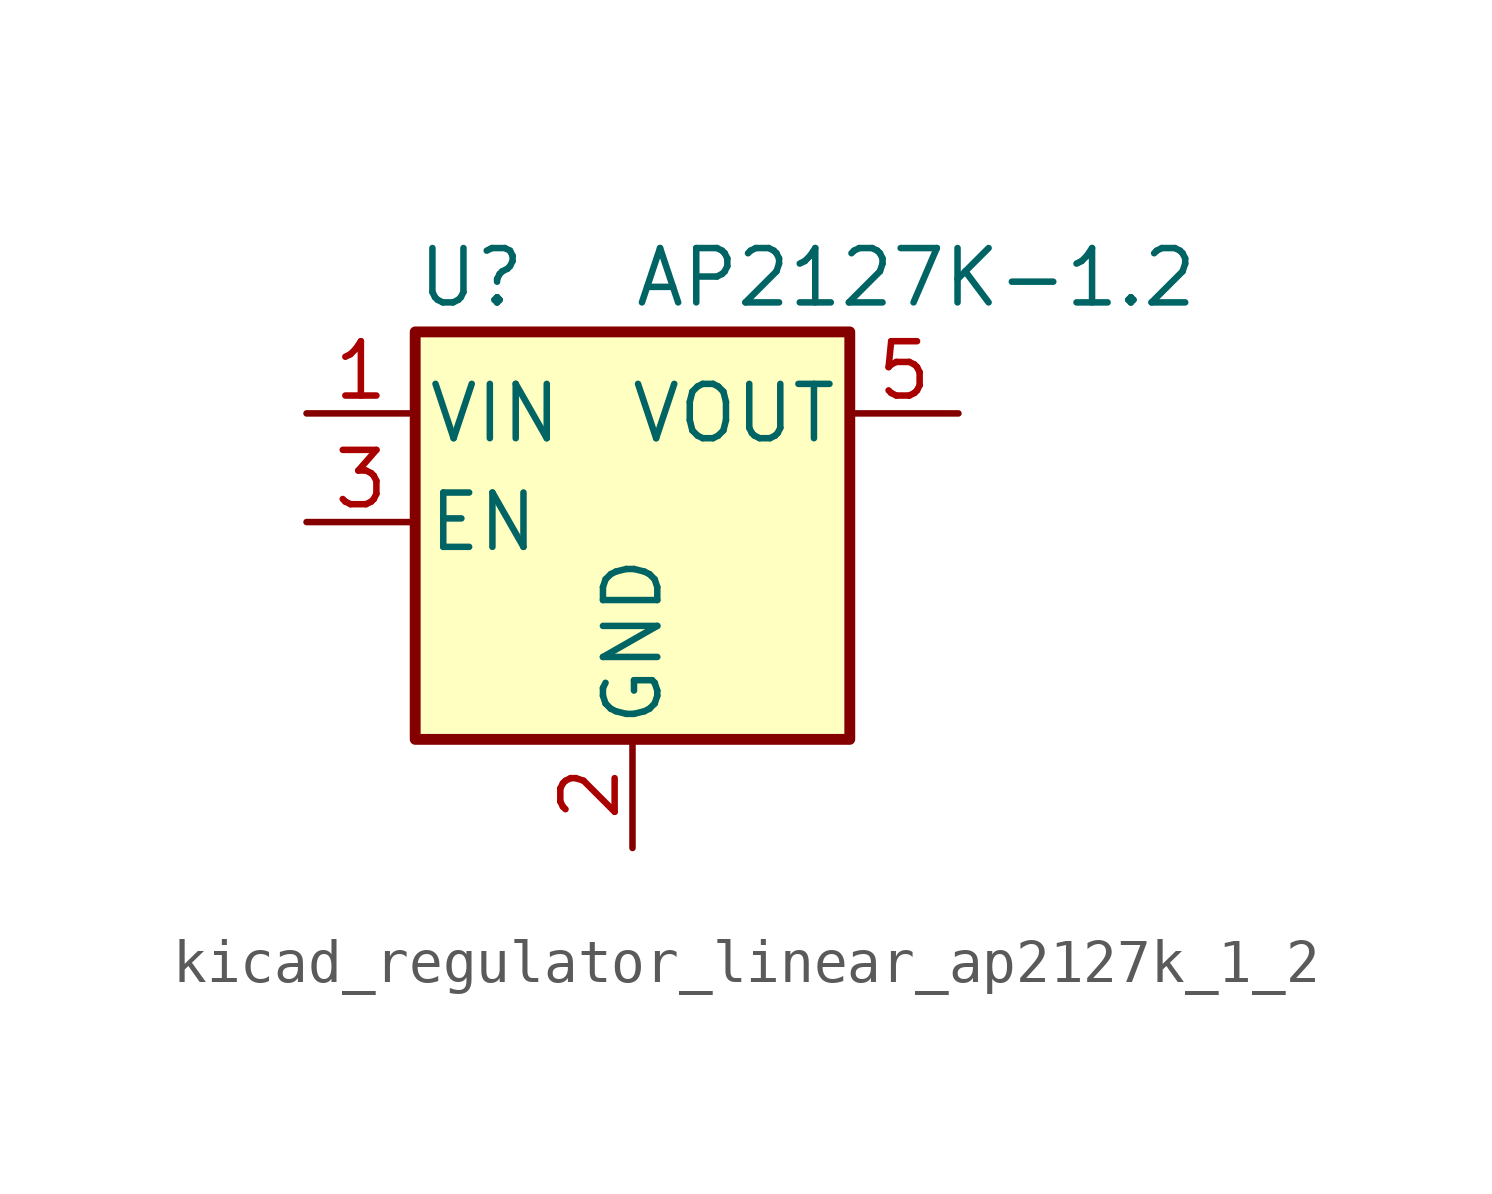
<source format=kicad_sym>
(kicad_symbol_lib
  (version 20220914)
  (generator kicad_symbol_editor)
  (symbol "kicad_regulator_linear_ap2127k_1_2"
    (pin_names
      (offset 0.254))
    (property "Reference" "U"
      (at -5.08 5.715 0)
      (effects (font (size 1.27 1.27)) (justify left)))
    (property "Value" "AP2127K-1.2"
      (at 0 5.715 0)
      (effects (font (size 1.27 1.27)) (justify left)))
    (symbol "kicad_regulator_linear_ap2127k_1_2_0_1"
      (rectangle (start -5.08 4.445) (end 5.08 -5.08) (stroke (width 0.254) (type default)) (fill (type background))))
    (symbol "kicad_regulator_linear_ap2127k_1_2_1_1"
      (pin power_in line (at -7.62 2.54 0) (length 2.54) (name "VIN" (effects (font (size 1.27 1.27)))) (number "1" (effects (font (size 1.27 1.27)))))
      (pin power_in line (at 0 -7.62 90) (length 2.54) (name "GND" (effects (font (size 1.27 1.27)))) (number "2" (effects (font (size 1.27 1.27)))))
      (pin input line (at -7.62 0 0) (length 2.54) (name "EN" (effects (font (size 1.27 1.27)))) (number "3" (effects (font (size 1.27 1.27)))))
      (pin no_connect line (at 5.08 0 180) (length 2.54) hide (name "NC" (effects (font (size 1.27 1.27)))) (number "4" (effects (font (size 1.27 1.27)))))
      (pin power_out line (at 7.62 2.54 180) (length 2.54) (name "VOUT" (effects (font (size 1.27 1.27)))) (number "5" (effects (font (size 1.27 1.27))))))))
</source>
